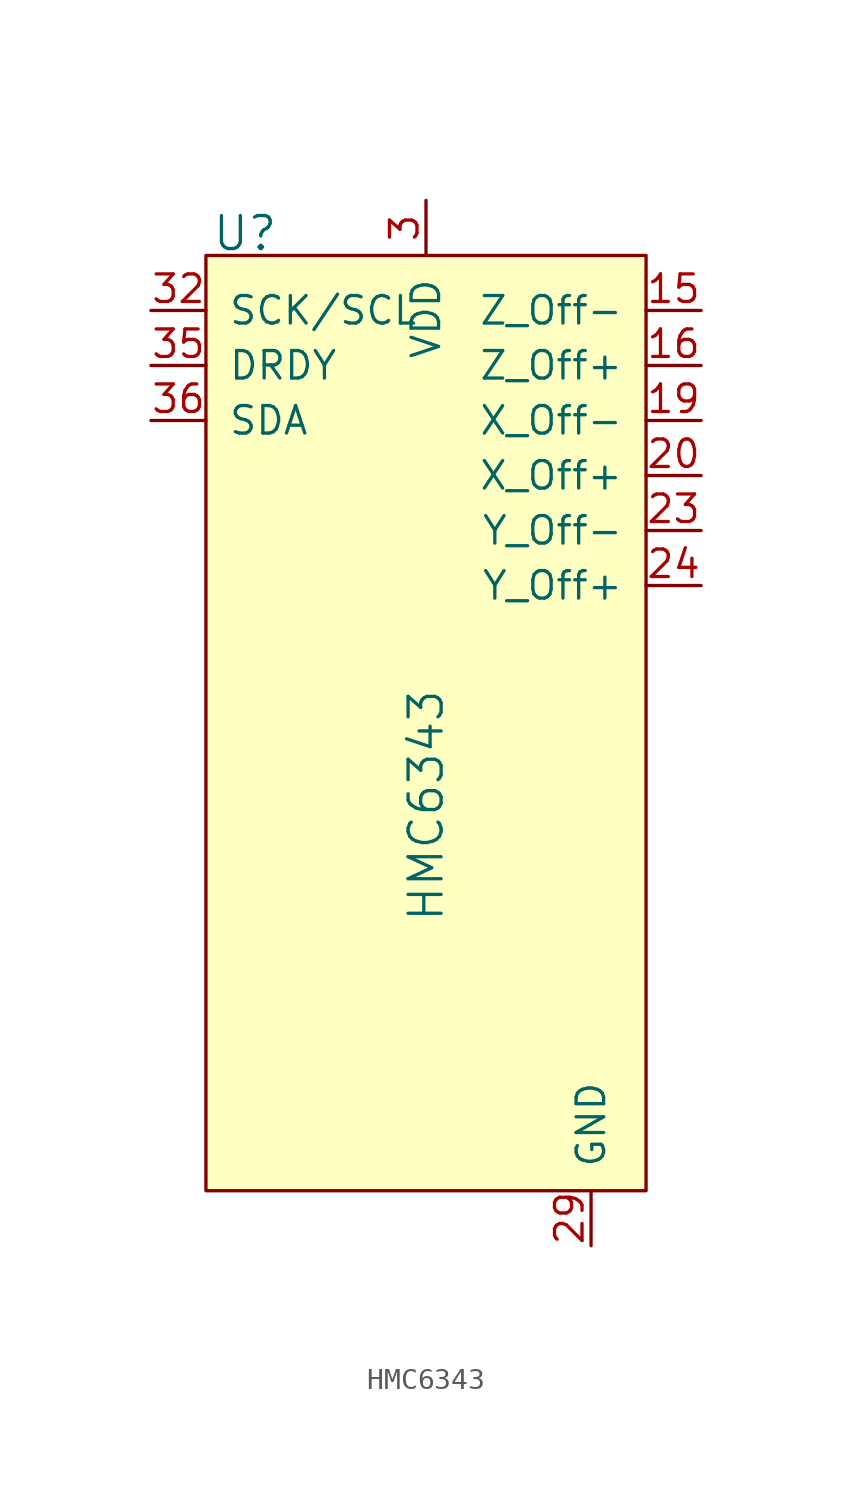
<source format=kicad_sym>
(kicad_symbol_lib
  (version 20231120)
  (generator "kicad_symbol_editor")
  (generator_version "8.0")
  (symbol "HMC6343"
    (pin_names
      (offset 1.016))
    (property "Reference" "U"
      (at -9.906 18.796 0)
      (effects (font (size 1.524 1.524)) (justify left)))
    (property "Value" "HMC6343"
      (at 0 -7.62 90)
      (effects (font (size 1.524 1.524))))
    (symbol "HMC6343_0_1"
      (rectangle (start -10.16 17.78) (end 10.16 -25.4) (stroke (width 0) (type solid)) (fill (type background))))
    (symbol "HMC6343_1_1"
      (pin no_connect line (at -10.16 7.62 0) (length 2.54) hide (name "NC" (effects (font (size 1.27 1.27)))) (number "1" (effects (font (size 1.27 1.27)))))
      (pin no_connect line (at -10.16 -12.7 0) (length 2.54) hide (name "NC" (effects (font (size 1.27 1.27)))) (number "10" (effects (font (size 1.27 1.27)))))
      (pin no_connect line (at -10.16 -15.24 0) (length 2.54) hide (name "NC" (effects (font (size 1.27 1.27)))) (number "11" (effects (font (size 1.27 1.27)))))
      (pin no_connect line (at -10.16 -17.78 0) (length 2.54) hide (name "NC" (effects (font (size 1.27 1.27)))) (number "12" (effects (font (size 1.27 1.27)))))
      (pin no_connect line (at -7.62 -25.4 90) (length 2.54) hide (name "NC" (effects (font (size 1.27 1.27)))) (number "13" (effects (font (size 1.27 1.27)))))
      (pin no_connect line (at -5.08 -25.4 90) (length 2.54) hide (name "NC" (effects (font (size 1.27 1.27)))) (number "14" (effects (font (size 1.27 1.27)))))
      (pin output line (at 12.7 15.24 180) (length 2.54) (name "Z_Off-" (effects (font (size 1.27 1.27)))) (number "15" (effects (font (size 1.27 1.27)))))
      (pin output line (at 12.7 12.7 180) (length 2.54) (name "Z_Off+" (effects (font (size 1.27 1.27)))) (number "16" (effects (font (size 1.27 1.27)))))
      (pin no_connect line (at -2.54 -25.4 90) (length 2.54) hide (name "NC" (effects (font (size 1.27 1.27)))) (number "17" (effects (font (size 1.27 1.27)))))
      (pin no_connect line (at 0 -25.4 90) (length 2.54) hide (name "NC" (effects (font (size 1.27 1.27)))) (number "18" (effects (font (size 1.27 1.27)))))
      (pin output line (at 12.7 10.16 180) (length 2.54) (name "X_Off-" (effects (font (size 1.27 1.27)))) (number "19" (effects (font (size 1.27 1.27)))))
      (pin no_connect line (at -10.16 5.08 0) (length 2.54) hide (name "NC" (effects (font (size 1.27 1.27)))) (number "2" (effects (font (size 1.27 1.27)))))
      (pin output line (at 12.7 7.62 180) (length 2.54) (name "X_Off+" (effects (font (size 1.27 1.27)))) (number "20" (effects (font (size 1.27 1.27)))))
      (pin no_connect line (at 2.54 -25.4 90) (length 2.54) hide (name "NC" (effects (font (size 1.27 1.27)))) (number "21" (effects (font (size 1.27 1.27)))))
      (pin no_connect line (at 5.08 -25.4 90) (length 2.54) hide (name "NC" (effects (font (size 1.27 1.27)))) (number "22" (effects (font (size 1.27 1.27)))))
      (pin output line (at 12.7 5.08 180) (length 2.54) (name "Y_Off-" (effects (font (size 1.27 1.27)))) (number "23" (effects (font (size 1.27 1.27)))))
      (pin output line (at 12.7 2.54 180) (length 2.54) (name "Y_Off+" (effects (font (size 1.27 1.27)))) (number "24" (effects (font (size 1.27 1.27)))))
      (pin no_connect line (at 10.16 -17.78 180) (length 2.54) hide (name "NC" (effects (font (size 1.27 1.27)))) (number "25" (effects (font (size 1.27 1.27)))))
      (pin no_connect line (at 10.16 -15.24 180) (length 2.54) hide (name "NC" (effects (font (size 1.27 1.27)))) (number "26" (effects (font (size 1.27 1.27)))))
      (pin no_connect line (at 10.16 -12.7 180) (length 2.54) hide (name "NC" (effects (font (size 1.27 1.27)))) (number "27" (effects (font (size 1.27 1.27)))))
      (pin no_connect line (at 10.16 -10.16 180) (length 2.54) hide (name "NC" (effects (font (size 1.27 1.27)))) (number "28" (effects (font (size 1.27 1.27)))))
      (pin power_in line (at 7.62 -27.94 90) (length 2.54) (name "GND" (effects (font (size 1.27 1.27)))) (number "29" (effects (font (size 1.27 1.27)))))
      (pin power_in line (at 0 20.32 270) (length 2.54) (name "VDD" (effects (font (size 1.27 1.27)))) (number "3" (effects (font (size 1.27 1.27)))))
      (pin no_connect line (at 10.16 -7.62 180) (length 2.54) hide (name "NC" (effects (font (size 1.27 1.27)))) (number "30" (effects (font (size 1.27 1.27)))))
      (pin no_connect line (at 10.16 -5.08 180) (length 2.54) hide (name "NC" (effects (font (size 1.27 1.27)))) (number "31" (effects (font (size 1.27 1.27)))))
      (pin input line (at -12.7 15.24 0) (length 2.54) (name "SCK/SCL" (effects (font (size 1.27 1.27)))) (number "32" (effects (font (size 1.27 1.27)))))
      (pin no_connect line (at 10.16 -2.54 180) (length 2.54) hide (name "NC" (effects (font (size 1.27 1.27)))) (number "33" (effects (font (size 1.27 1.27)))))
      (pin no_connect line (at 10.16 0 180) (length 2.54) hide (name "NC" (effects (font (size 1.27 1.27)))) (number "34" (effects (font (size 1.27 1.27)))))
      (pin input line (at -12.7 12.7 0) (length 2.54) (name "DRDY" (effects (font (size 1.27 1.27)))) (number "35" (effects (font (size 1.27 1.27)))))
      (pin input line (at -12.7 10.16 0) (length 2.54) (name "SDA" (effects (font (size 1.27 1.27)))) (number "36" (effects (font (size 1.27 1.27)))))
      (pin no_connect line (at -10.16 2.54 0) (length 2.54) hide (name "NC" (effects (font (size 1.27 1.27)))) (number "4" (effects (font (size 1.27 1.27)))))
      (pin no_connect line (at -10.16 0 0) (length 2.54) hide (name "NC" (effects (font (size 1.27 1.27)))) (number "5" (effects (font (size 1.27 1.27)))))
      (pin no_connect line (at -10.16 -2.54 0) (length 2.54) hide (name "NC" (effects (font (size 1.27 1.27)))) (number "6" (effects (font (size 1.27 1.27)))))
      (pin no_connect line (at -10.16 -5.08 0) (length 2.54) hide (name "NC" (effects (font (size 1.27 1.27)))) (number "7" (effects (font (size 1.27 1.27)))))
      (pin no_connect line (at -10.16 -7.62 0) (length 2.54) hide (name "NC" (effects (font (size 1.27 1.27)))) (number "8" (effects (font (size 1.27 1.27)))))
      (pin no_connect line (at -10.16 -10.16 0) (length 2.54) hide (name "NC" (effects (font (size 1.27 1.27)))) (number "9" (effects (font (size 1.27 1.27))))))))
</source>
